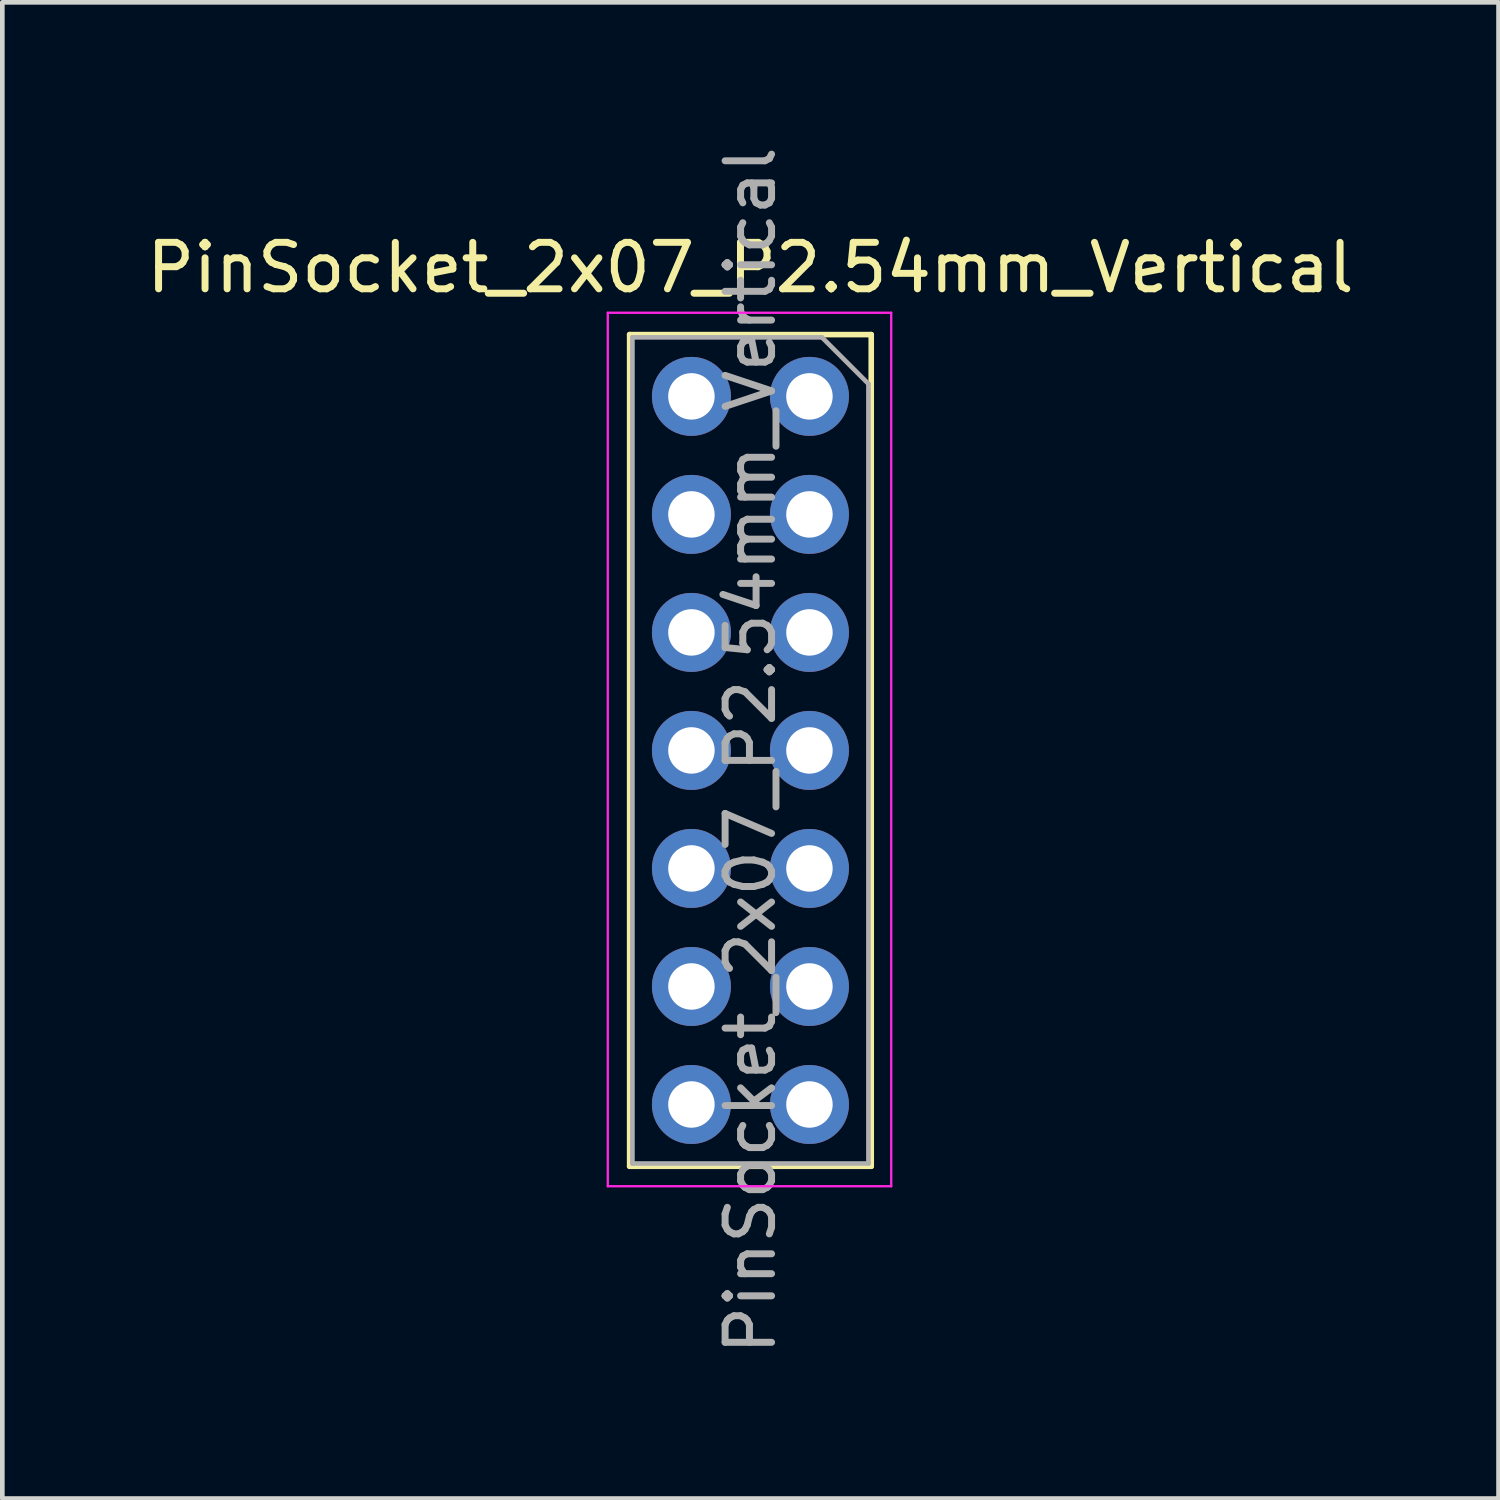
<source format=kicad_pcb>
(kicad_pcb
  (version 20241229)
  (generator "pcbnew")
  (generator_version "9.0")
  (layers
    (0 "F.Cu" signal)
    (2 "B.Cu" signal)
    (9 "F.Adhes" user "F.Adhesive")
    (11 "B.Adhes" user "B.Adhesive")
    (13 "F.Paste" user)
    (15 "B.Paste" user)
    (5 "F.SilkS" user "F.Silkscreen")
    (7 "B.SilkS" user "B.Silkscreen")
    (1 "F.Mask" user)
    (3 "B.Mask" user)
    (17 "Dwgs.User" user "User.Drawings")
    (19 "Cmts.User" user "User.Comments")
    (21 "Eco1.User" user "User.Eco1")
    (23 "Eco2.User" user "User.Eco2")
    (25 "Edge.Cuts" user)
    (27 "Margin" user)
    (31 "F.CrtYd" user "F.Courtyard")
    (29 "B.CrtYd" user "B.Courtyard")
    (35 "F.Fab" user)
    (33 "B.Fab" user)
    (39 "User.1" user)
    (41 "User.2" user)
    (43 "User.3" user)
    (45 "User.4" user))
  (footprint "PinSocket_2x07_P2.54mm_Vertical"
    (layer "F.Cu")
    (at 14.371 5.481)
    (property "Reference" "PinSocket_2x07_P2.54mm_Vertical" (at -1.27 -2.77 0) (layer "F.SilkS") (effects (font (size 1 1) (thickness 0.15))))
    (attr through_hole)
    (fp_line (start -3.87 -1.33) (end -3.87 16.57) (stroke (width 0.12) (type solid)) (layer "F.SilkS"))
    (fp_line (start -3.87 -1.33) (end 1.33 -1.33) (stroke (width 0.12) (type solid)) (layer "F.SilkS"))
    (fp_line (start -3.87 16.57) (end 1.33 16.57) (stroke (width 0.12) (type solid)) (layer "F.SilkS"))
    (fp_line (start 1.33 -1.33) (end 1.33 16.57) (stroke (width 0.12) (type solid)) (layer "F.SilkS"))
    (fp_line (start -4.34 -1.8) (end 1.76 -1.8) (stroke (width 0.05) (type solid)) (layer "F.CrtYd"))
    (fp_line (start -4.34 17) (end -4.34 -1.8) (stroke (width 0.05) (type solid)) (layer "F.CrtYd"))
    (fp_line (start 1.76 -1.8) (end 1.76 17) (stroke (width 0.05) (type solid)) (layer "F.CrtYd"))
    (fp_line (start 1.76 17) (end -4.34 17) (stroke (width 0.05) (type solid)) (layer "F.CrtYd"))
    (fp_line (start -3.81 -1.27) (end 0.27 -1.27) (stroke (width 0.1) (type solid)) (layer "F.Fab"))
    (fp_line (start -3.81 16.51) (end -3.81 -1.27) (stroke (width 0.1) (type solid)) (layer "F.Fab"))
    (fp_line (start 0.27 -1.27) (end 1.27 -0.27) (stroke (width 0.1) (type solid)) (layer "F.Fab"))
    (fp_line (start 1.27 -0.27) (end 1.27 16.51) (stroke (width 0.1) (type solid)) (layer "F.Fab"))
    (fp_line (start 1.27 16.51) (end -3.81 16.51) (stroke (width 0.1) (type solid)) (layer "F.Fab"))
    (fp_text user "${REFERENCE}" (at -1.27 7.62 90) (layer "F.Fab") (effects (font (size 1 1) (thickness 0.15))))
    (pad "1" thru_hole circle (at 0 0) (size 1.7 1.7) (drill 1) (layers "*.Cu" "*.Mask"))
    (pad "2" thru_hole oval (at -2.54 0) (size 1.7 1.7) (drill 1) (layers "*.Cu" "*.Mask"))
    (pad "3" thru_hole oval (at 0 2.54) (size 1.7 1.7) (drill 1) (layers "*.Cu" "*.Mask"))
    (pad "4" thru_hole oval (at -2.54 2.54) (size 1.7 1.7) (drill 1) (layers "*.Cu" "*.Mask"))
    (pad "5" thru_hole oval (at 0 5.08) (size 1.7 1.7) (drill 1) (layers "*.Cu" "*.Mask"))
    (pad "6" thru_hole oval (at -2.54 5.08) (size 1.7 1.7) (drill 1) (layers "*.Cu" "*.Mask"))
    (pad "7" thru_hole oval (at 0 7.62) (size 1.7 1.7) (drill 1) (layers "*.Cu" "*.Mask"))
    (pad "8" thru_hole oval (at -2.54 7.62) (size 1.7 1.7) (drill 1) (layers "*.Cu" "*.Mask"))
    (pad "9" thru_hole oval (at 0 10.16) (size 1.7 1.7) (drill 1) (layers "*.Cu" "*.Mask"))
    (pad "10" thru_hole oval (at -2.54 10.16) (size 1.7 1.7) (drill 1) (layers "*.Cu" "*.Mask"))
    (pad "11" thru_hole oval (at 0 12.7) (size 1.7 1.7) (drill 1) (layers "*.Cu" "*.Mask"))
    (pad "12" thru_hole oval (at -2.54 12.7) (size 1.7 1.7) (drill 1) (layers "*.Cu" "*.Mask"))
    (pad "13" thru_hole oval (at 0 15.24) (size 1.7 1.7) (drill 1) (layers "*.Cu" "*.Mask"))
    (pad "14" thru_hole oval (at -2.54 15.24) (size 1.7 1.7) (drill 1) (layers "*.Cu" "*.Mask")))
  (gr_rect
    (start -3 -3)
    (end 29.202 29.202)
    (stroke (width 0.1) (type default))
    (fill no)
    (layer "Edge.Cuts")))
</source>
